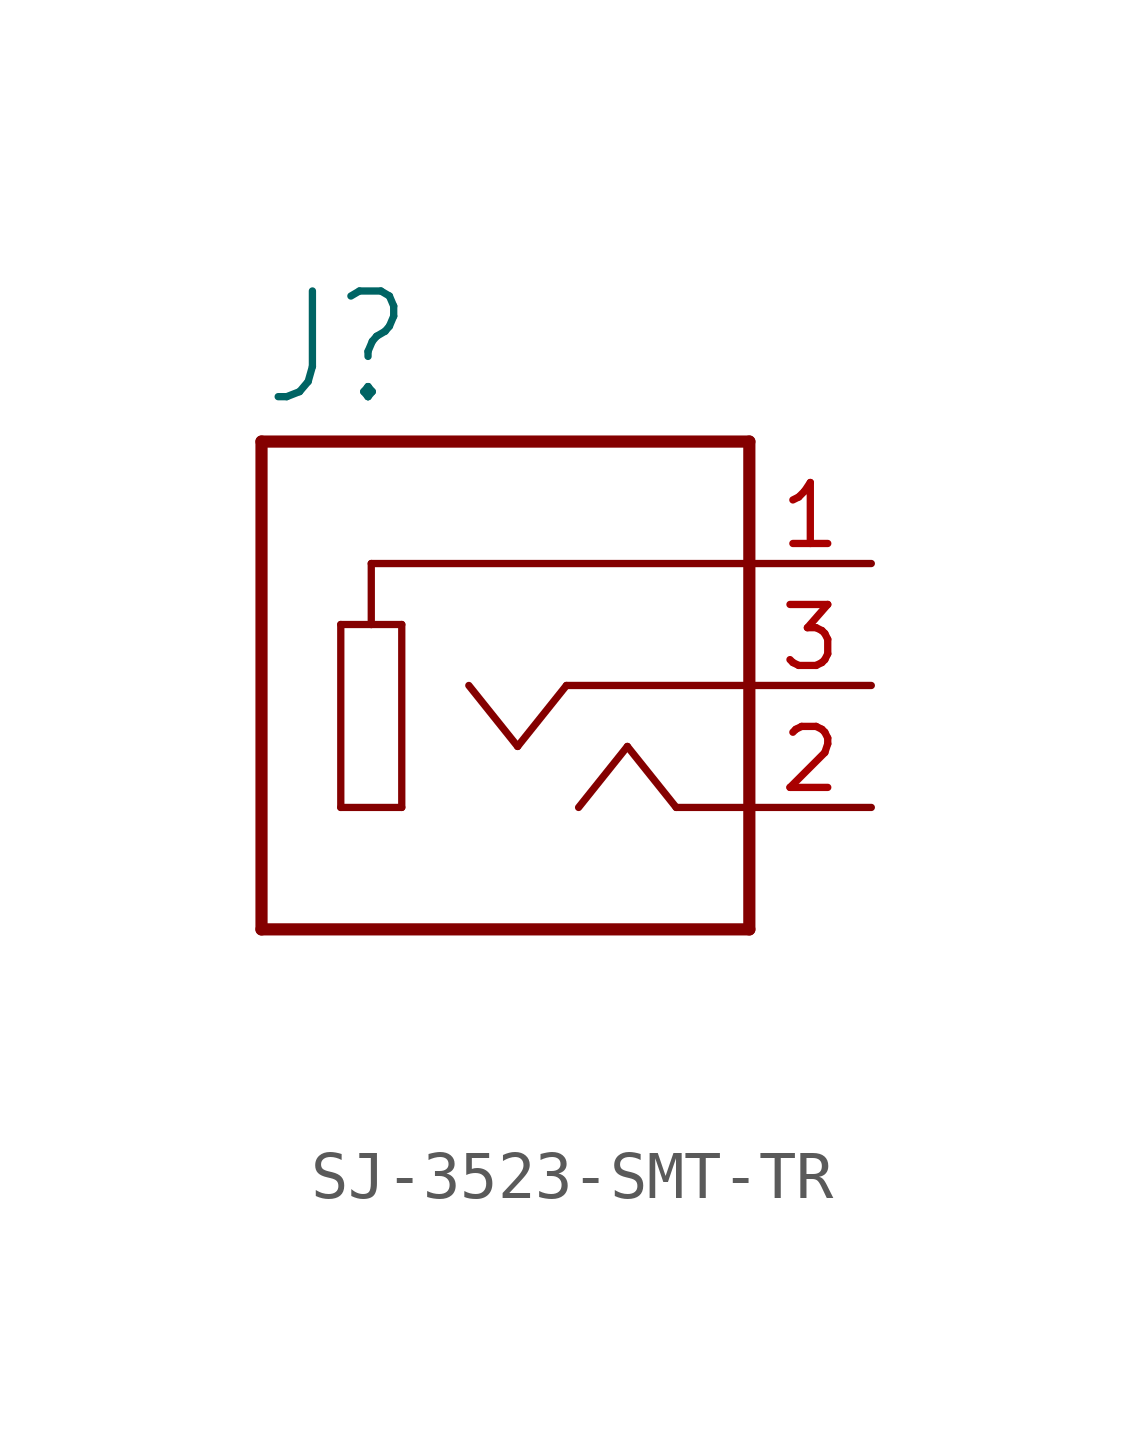
<source format=kicad_sym>
(kicad_symbol_lib
  (version 20231120)
  (generator "kicad_symbol_editor")
  (generator_version "8.0")
  (symbol "SJ-3523-SMT-TR"
    (property "Reference" "J"
      (at -5.1 5.738 0)
      (effects (font (size 2.201 1.871)) (justify left bottom)))
    (property "Value" ""
      (at -5.101 -7.651 0)
      (effects (font (size 2.202 1.872)) (justify left bottom)))
    (property "ki_locked" ""
      (at 0 0 0)
      (effects (font (size 1.27 1.27))))
    (symbol "SJ-3523-SMT-TR_1_0"
      (polyline (pts (xy -5.08 -5.08) (xy 5.08 -5.08)) (stroke (width 0.254) (type solid)) (fill (type none)))
      (polyline (pts (xy -5.08 5.08) (xy -5.08 -5.08)) (stroke (width 0.254) (type solid)) (fill (type none)))
      (polyline (pts (xy -3.429 -2.54) (xy -2.159 -2.54)) (stroke (width 0.152) (type solid)) (fill (type none)))
      (polyline (pts (xy -3.429 1.27) (xy -3.429 -2.54)) (stroke (width 0.152) (type solid)) (fill (type none)))
      (polyline (pts (xy -2.794 1.27) (xy -3.429 1.27)) (stroke (width 0.152) (type solid)) (fill (type none)))
      (polyline (pts (xy -2.794 1.27) (xy -2.794 2.54)) (stroke (width 0.152) (type solid)) (fill (type none)))
      (polyline (pts (xy -2.794 2.54) (xy 5.08 2.54)) (stroke (width 0.152) (type solid)) (fill (type none)))
      (polyline (pts (xy -2.159 -2.54) (xy -2.159 1.27)) (stroke (width 0.152) (type solid)) (fill (type none)))
      (polyline (pts (xy -2.159 1.27) (xy -2.794 1.27)) (stroke (width 0.152) (type solid)) (fill (type none)))
      (polyline (pts (xy 0.254 -1.27) (xy -0.762 0)) (stroke (width 0.152) (type solid)) (fill (type none)))
      (polyline (pts (xy 1.27 0) (xy 0.254 -1.27)) (stroke (width 0.152) (type solid)) (fill (type none)))
      (polyline (pts (xy 1.524 -2.54) (xy 2.54 -1.27)) (stroke (width 0.152) (type solid)) (fill (type none)))
      (polyline (pts (xy 2.54 -1.27) (xy 3.556 -2.54)) (stroke (width 0.152) (type solid)) (fill (type none)))
      (polyline (pts (xy 5.08 -5.08) (xy 5.08 -2.54)) (stroke (width 0.254) (type solid)) (fill (type none)))
      (polyline (pts (xy 5.08 -2.54) (xy 3.556 -2.54)) (stroke (width 0.152) (type solid)) (fill (type none)))
      (polyline (pts (xy 5.08 -2.54) (xy 5.08 0)) (stroke (width 0.254) (type solid)) (fill (type none)))
      (polyline (pts (xy 5.08 0) (xy 1.27 0)) (stroke (width 0.152) (type solid)) (fill (type none)))
      (polyline (pts (xy 5.08 0) (xy 5.08 2.54)) (stroke (width 0.254) (type solid)) (fill (type none)))
      (polyline (pts (xy 5.08 2.54) (xy 5.08 5.08)) (stroke (width 0.254) (type solid)) (fill (type none)))
      (polyline (pts (xy 5.08 5.08) (xy -5.08 5.08)) (stroke (width 0.254) (type solid)) (fill (type none)))
      (pin passive line (at 7.62 2.54 180) (length 2.54) (name "1" (effects (font (size 0 0)))) (number "1" (effects (font (size 1.27 1.27)))))
      (pin passive line (at 7.62 -2.54 180) (length 2.54) (name "2" (effects (font (size 0 0)))) (number "2" (effects (font (size 1.27 1.27)))))
      (pin passive line (at 7.62 0 180) (length 2.54) (name "3" (effects (font (size 0 0)))) (number "3" (effects (font (size 1.27 1.27))))))))
</source>
